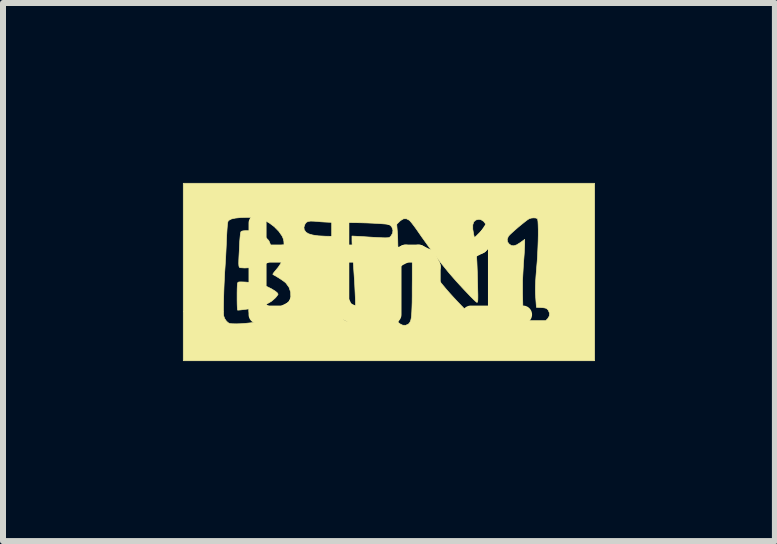
<source format=kicad_pcb>
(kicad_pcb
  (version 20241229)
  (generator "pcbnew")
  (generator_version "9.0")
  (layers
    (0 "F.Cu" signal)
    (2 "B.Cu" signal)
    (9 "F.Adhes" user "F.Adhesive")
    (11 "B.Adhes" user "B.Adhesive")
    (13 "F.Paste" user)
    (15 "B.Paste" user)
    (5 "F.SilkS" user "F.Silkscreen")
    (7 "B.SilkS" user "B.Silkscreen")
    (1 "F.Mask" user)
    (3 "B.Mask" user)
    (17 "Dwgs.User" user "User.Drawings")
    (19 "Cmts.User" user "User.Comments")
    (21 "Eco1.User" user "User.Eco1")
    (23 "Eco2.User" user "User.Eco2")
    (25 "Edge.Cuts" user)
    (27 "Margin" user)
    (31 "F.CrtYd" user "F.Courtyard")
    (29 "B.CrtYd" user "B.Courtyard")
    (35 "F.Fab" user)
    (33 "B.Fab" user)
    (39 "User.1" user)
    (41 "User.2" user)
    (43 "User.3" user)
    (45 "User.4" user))
  (footprint "btn1"
    (layer "F.Cu")
    (at 3.421 1.505)
    (property "Reference" "btn1" (at 0 0 0) (layer "F.SilkS") (effects (font (size 1.524 1.524) (thickness 0.3))))
    (attr through_hole)
    (fp_poly (pts (xy -2.318 -0.708) (xy -2.259 -0.702) (xy -2.208 -0.692) (xy -2.2 -0.69) (xy -2.125 -0.657) (xy -2.054 -0.609) (xy -1.997 -0.552) (xy -1.986 -0.537) (xy -1.963 -0.48) (xy -1.955 -0.412) (xy -1.965 -0.34) (xy -1.984 -0.286) (xy -2.032 -0.215) (xy -2.101 -0.159) (xy -2.186 -0.117) (xy -2.285 -0.093) (xy -2.393 -0.087) (xy -2.435 -0.09) (xy -2.453 -0.091) (xy -2.468 -0.092) (xy -2.478 -0.097) (xy -2.485 -0.109) (xy -2.489 -0.13) (xy -2.491 -0.164) (xy -2.49 -0.213) (xy -2.487 -0.281) (xy -2.482 -0.371) (xy -2.479 -0.441) (xy -2.474 -0.537) (xy -2.468 -0.608) (xy -2.463 -0.657) (xy -2.456 -0.687) (xy -2.449 -0.698) (xy -2.421 -0.706) (xy -2.374 -0.71) (xy -2.318 -0.708)) (stroke (width 0.01) (type solid)) (fill yes) (layer "F.SilkS"))
    (fp_poly (pts (xy -2.386 0.147) (xy -2.36 0.149) (xy -2.29 0.155) (xy -2.22 0.164) (xy -2.161 0.174) (xy -2.136 0.18) (xy -2.068 0.203) (xy -2.001 0.232) (xy -1.94 0.263) (xy -1.888 0.295) (xy -1.852 0.323) (xy -1.836 0.347) (xy -1.835 0.351) (xy -1.844 0.366) (xy -1.865 0.394) (xy -1.882 0.413) (xy -1.942 0.466) (xy -2.022 0.513) (xy -2.113 0.551) (xy -2.17 0.567) (xy -2.214 0.577) (xy -2.274 0.587) (xy -2.341 0.597) (xy -2.407 0.606) (xy -2.465 0.613) (xy -2.505 0.616) (xy -2.509 0.616) (xy -2.512 0.604) (xy -2.515 0.569) (xy -2.517 0.516) (xy -2.518 0.45) (xy -2.518 0.405) (xy -2.518 0.331) (xy -2.517 0.264) (xy -2.515 0.211) (xy -2.512 0.177) (xy -2.511 0.167) (xy -2.506 0.156) (xy -2.496 0.148) (xy -2.476 0.145) (xy -2.441 0.145) (xy -2.386 0.147)) (stroke (width 0.01) (type solid)) (fill yes) (layer "F.SilkS"))
    (fp_poly (pts (xy 3.443 1.46) (xy -3.416 1.46) (xy -3.416 0.575) (xy -2.745 0.575) (xy -2.745 0.643) (xy -2.743 0.691) (xy -2.741 0.713) (xy -2.724 0.758) (xy -2.695 0.8) (xy -2.691 0.803) (xy -2.671 0.822) (xy -2.651 0.834) (xy -2.626 0.841) (xy -2.589 0.843) (xy -2.531 0.844) (xy -2.528 0.844) (xy -2.456 0.842) (xy -2.372 0.835) (xy -2.292 0.827) (xy -2.271 0.824) (xy -2.111 0.792) (xy -1.974 0.748) (xy -1.901 0.716) (xy -1.848 0.683) (xy -1.791 0.638) (xy -1.735 0.587) (xy -1.687 0.535) (xy -1.653 0.489) (xy -1.646 0.476) (xy -1.623 0.395) (xy -1.626 0.314) (xy -1.652 0.236) (xy -1.701 0.168) (xy -1.71 0.158) (xy -1.739 0.135) (xy -1.782 0.105) (xy -1.83 0.074) (xy -1.876 0.046) (xy -1.911 0.027) (xy -1.921 0.023) (xy -1.92 0.011) (xy -1.903 -0.014) (xy -1.875 -0.048) (xy -1.871 -0.052) (xy -1.831 -0.101) (xy -1.793 -0.158) (xy -1.771 -0.198) (xy -1.754 -0.237) (xy -1.744 -0.272) (xy -1.738 -0.312) (xy -1.735 -0.365) (xy -1.735 -0.415) (xy -1.736 -0.481) (xy -1.738 -0.528) (xy -1.745 -0.563) (xy -1.756 -0.594) (xy -1.77 -0.623) (xy -1.823 -0.699) (xy -1.89 -0.767) (xy -1.404 -0.767) (xy -1.399 -0.725) (xy -1.37 -0.685) (xy -1.37 -0.684) (xy -1.326 -0.657) (xy -1.257 -0.637) (xy -1.163 -0.623) (xy -1.043 -0.617) (xy -0.984 -0.616) (xy -0.914 -0.615) (xy -0.868 -0.612) (xy -0.844 -0.605) (xy -0.838 -0.599) (xy -0.836 -0.581) (xy -0.832 -0.541) (xy -0.828 -0.483) (xy -0.823 -0.413) (xy -0.818 -0.348) (xy -0.812 -0.253) (xy -0.805 -0.149) (xy -0.798 -0.047) (xy -0.792 0.043) (xy -0.79 0.074) (xy -0.785 0.154) (xy -0.781 0.251) (xy -0.777 0.355) (xy -0.774 0.457) (xy -0.773 0.507) (xy -0.772 0.594) (xy -0.77 0.658) (xy -0.768 0.704) (xy -0.764 0.734) (xy -0.759 0.754) (xy -0.751 0.767) (xy -0.741 0.777) (xy -0.738 0.779) (xy -0.693 0.8) (xy -0.644 0.801) (xy -0.6 0.781) (xy -0.591 0.772) (xy -0.567 0.737) (xy -0.549 0.695) (xy -0.545 0.665) (xy -0.543 0.611) (xy -0.544 0.534) (xy -0.546 0.437) (xy -0.551 0.323) (xy -0.557 0.194) (xy -0.566 0.052) (xy -0.576 -0.101) (xy -0.583 -0.208) (xy -0.589 -0.295) (xy -0.595 -0.378) (xy -0.599 -0.452) (xy -0.602 -0.51) (xy -0.603 -0.547) (xy -0.603 -0.548) (xy -0.603 -0.62) (xy -0.452 -0.612) (xy -0.329 -0.604) (xy -0.23 -0.598) (xy -0.152 -0.594) (xy -0.092 -0.591) (xy -0.048 -0.59) (xy -0.016 -0.591) (xy 0.005 -0.593) (xy 0.019 -0.597) (xy 0.029 -0.603) (xy 0.037 -0.611) (xy 0.046 -0.62) (xy 0.074 -0.666) (xy 0.08 -0.718) (xy 0.062 -0.768) (xy 0.05 -0.783) (xy 0.037 -0.796) (xy 0.022 -0.806) (xy 0.00002 -0.813) (xy -0.018 -0.816) (xy 0.143 -0.816) (xy 0.155 -0.673) (xy 0.158 -0.63) (xy 0.16 -0.565) (xy 0.162 -0.479) (xy 0.164 -0.376) (xy 0.165 -0.259) (xy 0.166 -0.133) (xy 0.167 0.001) (xy 0.167 0.139) (xy 0.167 0.145) (xy 0.167 0.82) (xy 0.199 0.845) (xy 0.244 0.867) (xy 0.293 0.868) (xy 0.336 0.849) (xy 0.345 0.841) (xy 0.358 0.825) (xy 0.369 0.806) (xy 0.378 0.781) (xy 0.385 0.747) (xy 0.39 0.704) (xy 0.394 0.647) (xy 0.397 0.575) (xy 0.4 0.485) (xy 0.401 0.375) (xy 0.401 0.243) (xy 0.402 0.116) (xy 0.402 -0.457) (xy 0.505 -0.319) (xy 0.599 -0.194) (xy 0.703 -0.061) (xy 0.809 0.072) (xy 0.91 0.196) (xy 0.976 0.275) (xy 1.027 0.333) (xy 1.086 0.398) (xy 1.151 0.468) (xy 1.218 0.538) (xy 1.285 0.607) (xy 1.349 0.671) (xy 1.406 0.726) (xy 1.453 0.77) (xy 1.487 0.8) (xy 1.503 0.812) (xy 1.562 0.83) (xy 1.614 0.824) (xy 1.657 0.794) (xy 1.687 0.743) (xy 1.691 0.73) (xy 1.695 0.701) (xy 1.695 0.7) (xy 1.982 0.7) (xy 1.995 0.745) (xy 2.009 0.764) (xy 2.02 0.772) (xy 2.033 0.779) (xy 2.053 0.784) (xy 2.083 0.787) (xy 2.127 0.789) (xy 2.188 0.79) (xy 2.271 0.79) (xy 2.332 0.79) (xy 2.627 0.79) (xy 2.66 0.758) (xy 2.687 0.713) (xy 2.69 0.664) (xy 2.668 0.615) (xy 2.665 0.612) (xy 2.646 0.592) (xy 2.621 0.581) (xy 2.583 0.575) (xy 2.555 0.573) (xy 2.472 0.569) (xy 2.46 0.404) (xy 2.456 0.341) (xy 2.455 0.278) (xy 2.456 0.211) (xy 2.459 0.134) (xy 2.465 0.042) (xy 2.474 -0.071) (xy 2.476 -0.092) (xy 2.485 -0.203) (xy 2.492 -0.316) (xy 2.497 -0.428) (xy 2.501 -0.537) (xy 2.503 -0.638) (xy 2.503 -0.728) (xy 2.501 -0.803) (xy 2.498 -0.861) (xy 2.493 -0.897) (xy 2.489 -0.908) (xy 2.465 -0.92) (xy 2.426 -0.923) (xy 2.384 -0.919) (xy 2.349 -0.907) (xy 2.32 -0.888) (xy 2.278 -0.856) (xy 2.227 -0.815) (xy 2.172 -0.77) (xy 2.118 -0.723) (xy 2.07 -0.68) (xy 2.031 -0.644) (xy 2.008 -0.619) (xy 2.004 -0.614) (xy 1.985 -0.565) (xy 1.991 -0.522) (xy 2.016 -0.488) (xy 2.053 -0.462) (xy 2.094 -0.457) (xy 2.143 -0.473) (xy 2.202 -0.51) (xy 2.277 -0.564) (xy 2.277 -0.494) (xy 2.276 -0.458) (xy 2.273 -0.401) (xy 2.269 -0.329) (xy 2.263 -0.247) (xy 2.256 -0.161) (xy 2.241 0.119) (xy 2.241 0.345) (xy 2.247 0.589) (xy 2.15 0.589) (xy 2.094 0.591) (xy 2.056 0.597) (xy 2.028 0.61) (xy 2.018 0.617) (xy 1.99 0.655) (xy 1.982 0.7) (xy 1.695 0.7) (xy 1.699 0.648) (xy 1.702 0.576) (xy 1.705 0.488) (xy 1.708 0.387) (xy 1.71 0.277) (xy 1.711 0.161) (xy 1.712 0.044) (xy 1.712 -0.072) (xy 1.712 -0.183) (xy 1.711 -0.285) (xy 1.709 -0.374) (xy 1.706 -0.448) (xy 1.703 -0.503) (xy 1.702 -0.513) (xy 1.685 -0.638) (xy 1.661 -0.737) (xy 1.631 -0.812) (xy 1.594 -0.863) (xy 1.55 -0.891) (xy 1.512 -0.898) (xy 1.462 -0.887) (xy 1.428 -0.857) (xy 1.411 -0.806) (xy 1.411 -0.735) (xy 1.427 -0.642) (xy 1.433 -0.619) (xy 1.448 -0.548) (xy 1.46 -0.453) (xy 1.471 -0.332) (xy 1.48 -0.186) (xy 1.487 -0.013) (xy 1.492 0.184) (xy 1.494 0.283) (xy 1.496 0.359) (xy 1.496 0.413) (xy 1.495 0.45) (xy 1.492 0.472) (xy 1.488 0.483) (xy 1.482 0.486) (xy 1.475 0.483) (xy 1.474 0.483) (xy 1.455 0.467) (xy 1.421 0.435) (xy 1.375 0.389) (xy 1.321 0.332) (xy 1.26 0.268) (xy 1.197 0.2) (xy 1.134 0.131) (xy 1.075 0.064) (xy 1.021 0.002) (xy 0.997 -0.027) (xy 0.857 -0.2) (xy 0.71 -0.396) (xy 0.556 -0.611) (xy 0.518 -0.666) (xy 0.473 -0.731) (xy 0.43 -0.79) (xy 0.393 -0.838) (xy 0.365 -0.871) (xy 0.353 -0.883) (xy 0.305 -0.908) (xy 0.256 -0.907) (xy 0.207 -0.878) (xy 0.191 -0.863) (xy 0.143 -0.816) (xy -0.018 -0.816) (xy -0.033 -0.819) (xy -0.083 -0.823) (xy -0.153 -0.828) (xy -0.181 -0.83) (xy -0.257 -0.834) (xy -0.351 -0.838) (xy -0.458 -0.841) (xy -0.568 -0.843) (xy -0.675 -0.844) (xy -0.696 -0.844) (xy -0.795 -0.845) (xy -0.895 -0.847) (xy -0.99 -0.85) (xy -1.072 -0.854) (xy -1.135 -0.858) (xy -1.151 -0.86) (xy -1.232 -0.867) (xy -1.291 -0.869) (xy -1.332 -0.863) (xy -1.361 -0.85) (xy -1.38 -0.828) (xy -1.386 -0.818) (xy -1.404 -0.767) (xy -1.89 -0.767) (xy -1.895 -0.773) (xy -1.982 -0.838) (xy -2.06 -0.881) (xy -2.103 -0.902) (xy -2.137 -0.915) (xy -2.169 -0.924) (xy -2.206 -0.929) (xy -2.254 -0.931) (xy -2.321 -0.931) (xy -2.338 -0.931) (xy -2.455 -0.928) (xy -2.546 -0.919) (xy -2.613 -0.904) (xy -2.655 -0.882) (xy -2.669 -0.866) (xy -2.675 -0.843) (xy -2.681 -0.795) (xy -2.686 -0.728) (xy -2.691 -0.644) (xy -2.695 -0.563) (xy -2.699 -0.463) (xy -2.704 -0.358) (xy -2.709 -0.255) (xy -2.715 -0.163) (xy -2.719 -0.1) (xy -2.725 -0.011) (xy -2.73 0.087) (xy -2.735 0.191) (xy -2.739 0.295) (xy -2.742 0.397) (xy -2.744 0.491) (xy -2.745 0.575) (xy -3.416 0.575) (xy -3.416 -1.5) (xy 3.443 -1.5) (xy 3.443 1.46)) (stroke (width 0.01) (type solid)) (fill yes) (layer "F.SilkS")))
  (gr_rect
    (start -3 -3)
    (end 9.869 5.971)
    (stroke (width 0.1) (type default))
    (fill no)
    (layer "Edge.Cuts")))
</source>
